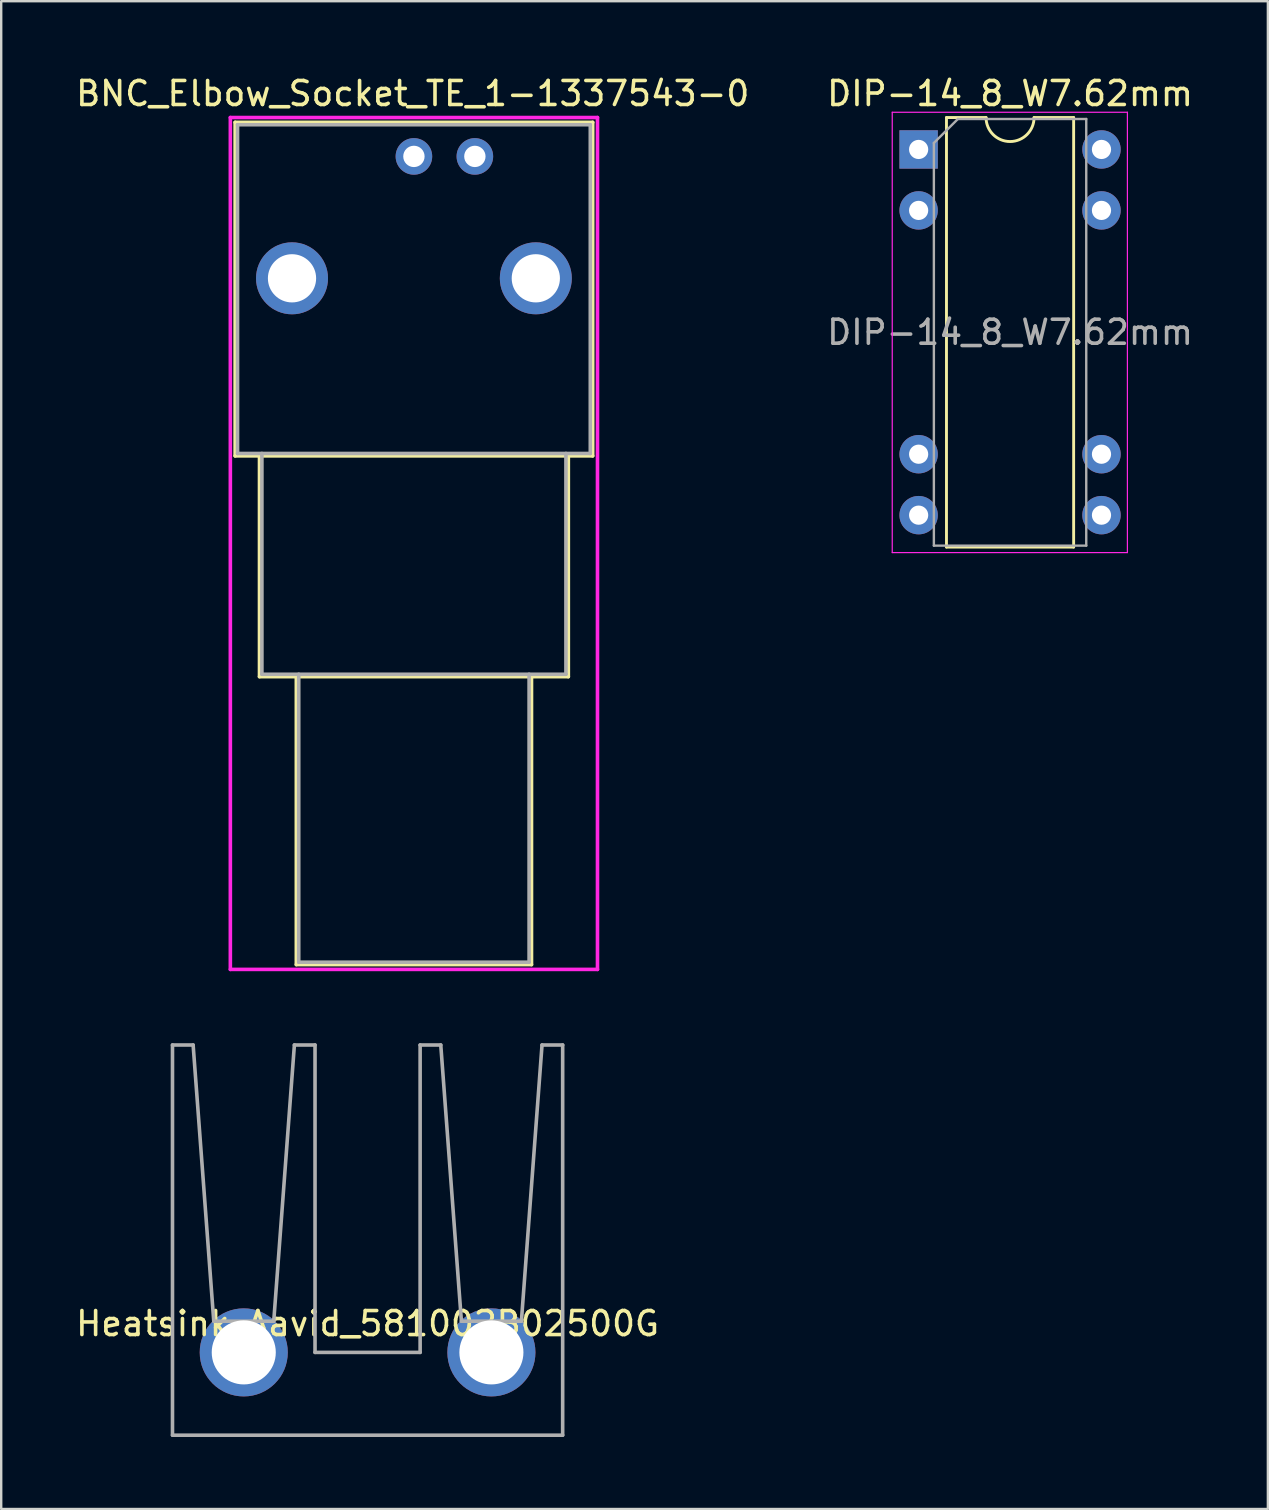
<source format=kicad_pcb>
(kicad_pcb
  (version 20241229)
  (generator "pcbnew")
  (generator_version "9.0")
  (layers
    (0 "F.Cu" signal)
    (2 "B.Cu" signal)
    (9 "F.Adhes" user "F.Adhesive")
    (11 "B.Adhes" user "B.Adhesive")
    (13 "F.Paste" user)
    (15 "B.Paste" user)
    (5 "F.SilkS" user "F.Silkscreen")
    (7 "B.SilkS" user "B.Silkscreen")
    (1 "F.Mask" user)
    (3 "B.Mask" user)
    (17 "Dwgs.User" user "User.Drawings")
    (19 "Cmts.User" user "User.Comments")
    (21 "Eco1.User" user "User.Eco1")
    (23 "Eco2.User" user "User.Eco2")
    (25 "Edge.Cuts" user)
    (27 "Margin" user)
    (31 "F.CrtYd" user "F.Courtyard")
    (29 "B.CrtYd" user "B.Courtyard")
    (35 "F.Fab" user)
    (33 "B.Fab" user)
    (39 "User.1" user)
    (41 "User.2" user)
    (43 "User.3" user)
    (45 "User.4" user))
  (footprint "Heatsink_Aavid_581002B02500G"
    (layer "F.Cu")
    (at 12.268 53.308)
    (property "Reference" "Heatsink_Aavid_581002B02500G" (at 0 -1.2 0) (layer "F.SilkS") (effects (font (size 1 1) (thickness 0.15))))
    (attr through_hole)
    (fp_line (start -8.13 -12.81) (end -7.27 -12.81) (stroke (width 0.15) (type solid)) (layer "F.Fab"))
    (fp_line (start -8.13 3.45) (end -8.13 -12.81) (stroke (width 0.15) (type solid)) (layer "F.Fab"))
    (fp_line (start -8.13 3.45) (end 8.13 3.45) (stroke (width 0.15) (type solid)) (layer "F.Fab"))
    (fp_line (start -7.27 -12.81) (end -6.41 -1.3) (stroke (width 0.15) (type solid)) (layer "F.Fab"))
    (fp_line (start -6.41 -1.3) (end -3.91 -1.3) (stroke (width 0.15) (type solid)) (layer "F.Fab"))
    (fp_line (start -3.91 -1.3) (end -3.05 -12.81) (stroke (width 0.15) (type solid)) (layer "F.Fab"))
    (fp_line (start -3.05 -12.81) (end -2.19 -12.81) (stroke (width 0.15) (type solid)) (layer "F.Fab"))
    (fp_line (start -2.19 -12.81) (end -2.19 0) (stroke (width 0.15) (type solid)) (layer "F.Fab"))
    (fp_line (start -2.19 0) (end 2.19 0) (stroke (width 0.15) (type solid)) (layer "F.Fab"))
    (fp_line (start 2.19 -12.81) (end 3.05 -12.81) (stroke (width 0.15) (type solid)) (layer "F.Fab"))
    (fp_line (start 2.19 0) (end 2.19 -12.81) (stroke (width 0.15) (type solid)) (layer "F.Fab"))
    (fp_line (start 3.05 -12.81) (end 3.91 -1.3) (stroke (width 0.15) (type solid)) (layer "F.Fab"))
    (fp_line (start 3.91 -1.3) (end 6.41 -1.3) (stroke (width 0.15) (type solid)) (layer "F.Fab"))
    (fp_line (start 6.41 -1.3) (end 7.27 -12.81) (stroke (width 0.15) (type solid)) (layer "F.Fab"))
    (fp_line (start 7.27 -12.81) (end 8.13 -12.81) (stroke (width 0.15) (type solid)) (layer "F.Fab"))
    (fp_line (start 8.13 -12.81) (end 8.13 3.45) (stroke (width 0.15) (type solid)) (layer "F.Fab"))
    (pad "1" thru_hole circle (at -5.16 0) (size 3.67 3.67) (drill 2.67) (layers "*.Cu" "*.Mask"))
    (pad "1" thru_hole circle (at 5.16 0) (size 3.67 3.67) (drill 2.67) (layers "*.Cu" "*.Mask")))
  (footprint "DIP-14_8_W7.62mm"
    (layer "F.Cu")
    (at 35.232 3.178)
    (property "Reference" "DIP-14_8_W7.62mm" (at 3.81 -2.33 0) (layer "F.SilkS") (effects (font (size 1 1) (thickness 0.15))))
    (attr through_hole)
    (fp_line (start 1.16 -1.33) (end 1.16 16.57) (stroke (width 0.12) (type solid)) (layer "F.SilkS"))
    (fp_line (start 1.16 16.57) (end 6.46 16.57) (stroke (width 0.12) (type solid)) (layer "F.SilkS"))
    (fp_line (start 2.81 -1.33) (end 1.16 -1.33) (stroke (width 0.12) (type solid)) (layer "F.SilkS"))
    (fp_line (start 6.46 -1.33) (end 4.81 -1.33) (stroke (width 0.12) (type solid)) (layer "F.SilkS"))
    (fp_line (start 6.46 16.57) (end 6.46 -1.33) (stroke (width 0.12) (type solid)) (layer "F.SilkS"))
    (fp_arc (start 4.81 -1.33) (mid 3.81 -0.33) (end 2.81 -1.33) (stroke (width 0.12) (type solid)) (layer "F.SilkS"))
    (fp_line (start -1.1 -1.55) (end -1.1 16.8) (stroke (width 0.05) (type solid)) (layer "F.CrtYd"))
    (fp_line (start -1.1 16.8) (end 8.7 16.8) (stroke (width 0.05) (type solid)) (layer "F.CrtYd"))
    (fp_line (start 8.7 -1.55) (end -1.1 -1.55) (stroke (width 0.05) (type solid)) (layer "F.CrtYd"))
    (fp_line (start 8.7 16.8) (end 8.7 -1.55) (stroke (width 0.05) (type solid)) (layer "F.CrtYd"))
    (fp_line (start 0.635 -0.27) (end 1.635 -1.27) (stroke (width 0.1) (type solid)) (layer "F.Fab"))
    (fp_line (start 0.635 16.51) (end 0.635 -0.27) (stroke (width 0.1) (type solid)) (layer "F.Fab"))
    (fp_line (start 1.635 -1.27) (end 6.985 -1.27) (stroke (width 0.1) (type solid)) (layer "F.Fab"))
    (fp_line (start 6.985 -1.27) (end 6.985 16.51) (stroke (width 0.1) (type solid)) (layer "F.Fab"))
    (fp_line (start 6.985 16.51) (end 0.635 16.51) (stroke (width 0.1) (type solid)) (layer "F.Fab"))
    (fp_text user "${REFERENCE}" (at 3.81 7.62 0) (layer "F.Fab") (effects (font (size 1 1) (thickness 0.15))))
    (pad "1" thru_hole rect (at 0 0) (size 1.6 1.6) (drill 0.8) (layers "*.Cu" "*.Mask"))
    (pad "2" thru_hole oval (at 0 2.54) (size 1.6 1.6) (drill 0.8) (layers "*.Cu" "*.Mask"))
    (pad "6" thru_hole oval (at 0 12.7) (size 1.6 1.6) (drill 0.8) (layers "*.Cu" "*.Mask"))
    (pad "7" thru_hole oval (at 0 15.24) (size 1.6 1.6) (drill 0.8) (layers "*.Cu" "*.Mask"))
    (pad "8" thru_hole oval (at 7.62 15.24) (size 1.6 1.6) (drill 0.8) (layers "*.Cu" "*.Mask"))
    (pad "9" thru_hole oval (at 7.62 12.7) (size 1.6 1.6) (drill 0.8) (layers "*.Cu" "*.Mask"))
    (pad "13" thru_hole oval (at 7.62 2.54) (size 1.6 1.6) (drill 0.8) (layers "*.Cu" "*.Mask"))
    (pad "14" thru_hole oval (at 7.62 0) (size 1.6 1.6) (drill 0.8) (layers "*.Cu" "*.Mask")))
  (footprint "BNC_Elbow_Socket_TE_1-1337543-0"
    (layer "F.Cu")
    (at 14.199 8.548)
    (property "Reference" "BNC_Elbow_Socket_TE_1-1337543-0" (at -0.05 -7.7 0) (layer "F.SilkS") (effects (font (size 1 1) (thickness 0.15))))
    (attr through_hole)
    (fp_line (start -7.45 -6.5) (end 7.45 -6.5) (stroke (width 0.15) (type solid)) (layer "F.SilkS"))
    (fp_line (start -7.45 7.4) (end -7.45 -6.5) (stroke (width 0.15) (type solid)) (layer "F.SilkS"))
    (fp_line (start -7.45 7.4) (end 7.45 7.4) (stroke (width 0.15) (type solid)) (layer "F.SilkS"))
    (fp_line (start -6.435 16.6) (end -6.435 7.4) (stroke (width 0.15) (type solid)) (layer "F.SilkS"))
    (fp_line (start -4.9 16.6) (end -4.9 28.6) (stroke (width 0.15) (type solid)) (layer "F.SilkS"))
    (fp_line (start -4.9 28.6) (end 4.9 28.6) (stroke (width 0.15) (type solid)) (layer "F.SilkS"))
    (fp_line (start 4.9 28.6) (end 4.9 16.6) (stroke (width 0.15) (type solid)) (layer "F.SilkS"))
    (fp_line (start 6.435 7.4) (end 6.435 16.6) (stroke (width 0.15) (type solid)) (layer "F.SilkS"))
    (fp_line (start 6.435 16.6) (end -6.435 16.6) (stroke (width 0.15) (type solid)) (layer "F.SilkS"))
    (fp_line (start 7.45 -6.5) (end 7.45 7.4) (stroke (width 0.15) (type solid)) (layer "F.SilkS"))
    (fp_line (start -7.65 -6.7) (end 7.65 -6.7) (stroke (width 0.15) (type solid)) (layer "F.CrtYd"))
    (fp_line (start -7.65 28.8) (end -7.65 -6.7) (stroke (width 0.15) (type solid)) (layer "F.CrtYd"))
    (fp_line (start 7.65 -6.7) (end 7.65 28.8) (stroke (width 0.15) (type solid)) (layer "F.CrtYd"))
    (fp_line (start 7.65 28.8) (end -7.65 28.8) (stroke (width 0.15) (type solid)) (layer "F.CrtYd"))
    (fp_line (start -7.35 -6.4) (end -7.35 7.3) (stroke (width 0.15) (type solid)) (layer "F.Fab"))
    (fp_line (start -7.35 -6.4) (end 7.35 -6.4) (stroke (width 0.15) (type solid)) (layer "F.Fab"))
    (fp_line (start -7.35 7.3) (end 7.35 7.3) (stroke (width 0.15) (type solid)) (layer "F.Fab"))
    (fp_line (start -6.335 7.3) (end -6.335 16.5) (stroke (width 0.15) (type solid)) (layer "F.Fab"))
    (fp_line (start -6.335 16.5) (end 6.335 16.5) (stroke (width 0.15) (type solid)) (layer "F.Fab"))
    (fp_line (start -4.8 16.5) (end -4.8 28.5) (stroke (width 0.15) (type solid)) (layer "F.Fab"))
    (fp_line (start -4.8 28.5) (end 4.8 28.5) (stroke (width 0.15) (type solid)) (layer "F.Fab"))
    (fp_line (start 4.8 28.5) (end 4.8 16.5) (stroke (width 0.15) (type solid)) (layer "F.Fab"))
    (fp_line (start 6.335 16.5) (end 6.335 7.3) (stroke (width 0.15) (type solid)) (layer "F.Fab"))
    (fp_line (start 7.35 7.3) (end 7.35 -6.4) (stroke (width 0.15) (type solid)) (layer "F.Fab"))
    (pad "1" thru_hole circle (at 0 -5.08) (size 1.524 1.524) (drill 0.89) (layers "*.Cu" "*.Mask"))
    (pad "2" thru_hole circle (at 2.54 -5.08) (size 1.524 1.524) (drill 0.89) (layers "*.Cu" "*.Mask"))
    (pad "3" thru_hole circle (at -5.08 0) (size 3 3) (drill 2.01) (layers "*.Cu" "*.Mask"))
    (pad "3" thru_hole circle (at 5.08 0) (size 3 3) (drill 2.01) (layers "*.Cu" "*.Mask")))
  (gr_rect
    (start -3 -3)
    (end 49.786 59.833)
    (stroke (width 0.1) (type default))
    (fill no)
    (layer "Edge.Cuts")))
</source>
